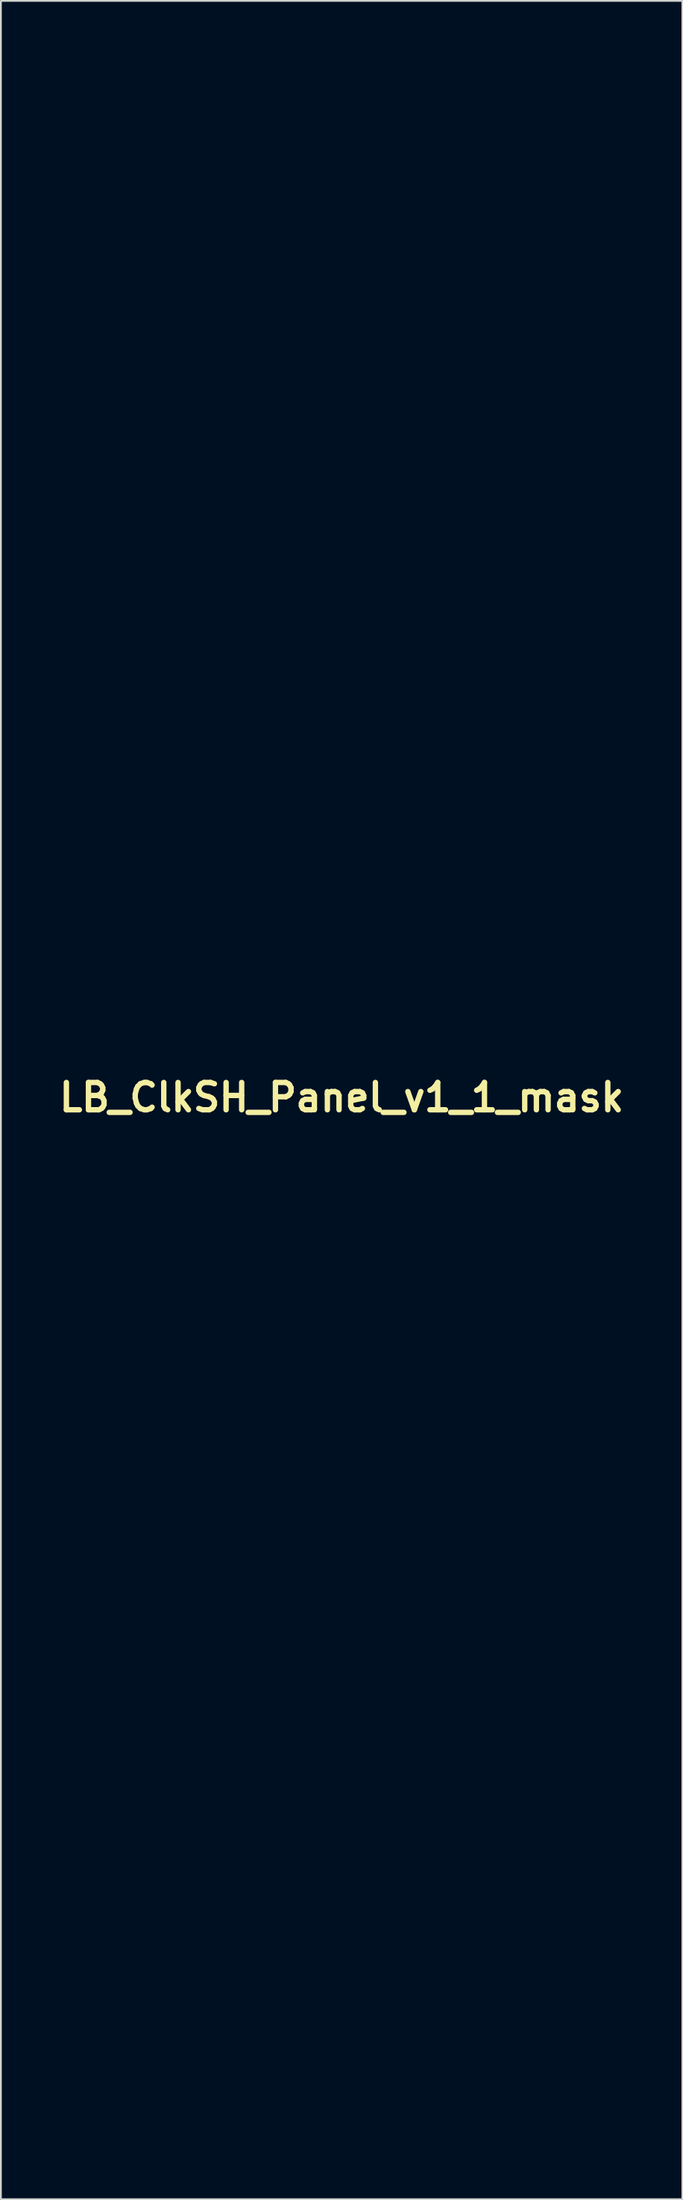
<source format=kicad_pcb>
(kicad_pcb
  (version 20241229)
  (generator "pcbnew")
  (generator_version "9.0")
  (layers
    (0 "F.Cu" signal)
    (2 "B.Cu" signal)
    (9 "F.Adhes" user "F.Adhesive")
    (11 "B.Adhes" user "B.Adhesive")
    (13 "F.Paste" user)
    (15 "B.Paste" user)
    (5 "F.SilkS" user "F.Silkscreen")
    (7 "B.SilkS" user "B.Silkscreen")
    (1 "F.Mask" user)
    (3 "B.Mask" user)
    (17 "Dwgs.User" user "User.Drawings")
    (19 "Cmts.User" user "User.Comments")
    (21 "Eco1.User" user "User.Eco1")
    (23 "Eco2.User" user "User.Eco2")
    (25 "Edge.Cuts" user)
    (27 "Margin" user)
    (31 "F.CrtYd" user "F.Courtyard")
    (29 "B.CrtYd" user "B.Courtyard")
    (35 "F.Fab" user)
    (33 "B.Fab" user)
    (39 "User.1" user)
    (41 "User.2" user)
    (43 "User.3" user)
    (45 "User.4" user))
  (footprint "LB_ClkSH_Panel_v1_1_mask"
    (layer "F.Cu")
    (at 16.046 58.217)
    (property "Reference" "LB_ClkSH_Panel_v1_1_mask" (at 0 0 0) (layer "F.SilkS") (effects (font (size 1.524 1.524) (thickness 0.3))))
    (attr through_hole)
    (fp_poly (pts (xy -0.677 -53.044) (xy -1.101 -53.044) (xy -1.101 -54.949) (xy -0.677 -54.949) (xy -0.677 -53.044)) (stroke (width 0.01) (type solid)) (fill yes) (layer "F.Mask"))
    (fp_poly (pts (xy -1.185 -22.479) (xy -0.423 -22.479) (xy -0.423 -22.14) (xy -1.609 -22.14) (xy -1.609 -24.045) (xy -1.185 -24.045) (xy -1.185 -22.479)) (stroke (width 0.01) (type solid)) (fill yes) (layer "F.Mask"))
    (fp_poly (pts (xy -0.677 2.54) (xy -1.185 2.54) (xy -1.185 4.106) (xy -1.609 4.106) (xy -1.609 2.54) (xy -2.117 2.54) (xy -2.117 2.201) (xy -0.677 2.201) (xy -0.677 2.54)) (stroke (width 0.01) (type solid)) (fill yes) (layer "F.Mask"))
    (fp_poly (pts (xy 1.609 26.585) (xy 1.101 26.585) (xy 1.101 28.152) (xy 0.677 28.152) (xy 0.677 26.585) (xy 0.169 26.585) (xy 0.169 26.247) (xy 1.609 26.247) (xy 1.609 26.585)) (stroke (width 0.01) (type solid)) (fill yes) (layer "F.Mask"))
    (fp_poly (pts (xy 0.889 -23.707) (xy 0.127 -23.707) (xy 0.127 -23.283) (xy 0.847 -23.283) (xy 0.847 -22.945) (xy 0.127 -22.945) (xy 0.127 -22.479) (xy 0.931 -22.479) (xy 0.931 -22.14) (xy -0.296 -22.14) (xy -0.296 -24.045) (xy 0.889 -24.045) (xy 0.889 -23.707)) (stroke (width 0.01) (type solid)) (fill yes) (layer "F.Mask"))
    (fp_poly (pts (xy 2.879 26.585) (xy 2.117 26.585) (xy 2.117 27.009) (xy 2.836 27.009) (xy 2.836 27.347) (xy 2.117 27.347) (xy 2.117 27.813) (xy 2.921 27.813) (xy 2.921 28.152) (xy 1.693 28.152) (xy 1.693 26.247) (xy 2.879 26.247) (xy 2.879 26.585)) (stroke (width 0.01) (type solid)) (fill yes) (layer "F.Mask"))
    (fp_poly (pts (xy -1.533 -19.458) (xy -1.352 -19.39) (xy -1.219 -19.252) (xy -1.149 -19.096) (xy -1.107 -18.864) (xy -1.119 -18.647) (xy -1.178 -18.458) (xy -1.275 -18.308) (xy -1.404 -18.209) (xy -1.558 -18.171) (xy -1.719 -18.202) (xy -1.857 -18.301) (xy -1.955 -18.455) (xy -2.011 -18.645) (xy -2.023 -18.853) (xy -1.989 -19.06) (xy -1.909 -19.244) (xy -1.814 -19.362) (xy -1.711 -19.441) (xy -1.617 -19.466) (xy -1.533 -19.458)) (stroke (width 0.01) (type solid)) (fill yes) (layer "F.Mask"))
    (fp_poly (pts (xy -3.011 54.725) (xy -2.827 54.822) (xy -2.693 54.942) (xy -2.621 55.034) (xy -2.595 55.123) (xy -2.617 55.229) (xy -2.69 55.371) (xy -2.749 55.467) (xy -2.908 55.663) (xy -3.086 55.787) (xy -3.274 55.836) (xy -3.463 55.805) (xy -3.511 55.784) (xy -3.638 55.677) (xy -3.729 55.513) (xy -3.773 55.318) (xy -3.775 55.269) (xy -3.739 55.046) (xy -3.639 54.871) (xy -3.482 54.751) (xy -3.277 54.697) (xy -3.219 54.695) (xy -3.011 54.725)) (stroke (width 0.01) (type solid)) (fill yes) (layer "F.Mask"))
    (fp_poly (pts (xy -2.597 10.43) (xy -2.54 10.469) (xy -2.546 10.515) (xy -2.625 10.553) (xy -2.659 10.568) (xy -2.683 10.599) (xy -2.698 10.661) (xy -2.706 10.768) (xy -2.709 10.934) (xy -2.709 11.13) (xy -2.709 11.355) (xy -2.705 11.51) (xy -2.697 11.606) (xy -2.682 11.659) (xy -2.657 11.68) (xy -2.625 11.684) (xy -2.556 11.71) (xy -2.54 11.748) (xy -2.568 11.792) (xy -2.661 11.81) (xy -2.709 11.811) (xy -2.879 11.811) (xy -2.879 10.414) (xy -2.709 10.414) (xy -2.597 10.43)) (stroke (width 0.01) (type solid)) (fill yes) (layer "F.Mask"))
    (fp_poly (pts (xy 3.006 11.811) (xy 2.836 11.811) (xy 2.719 11.801) (xy 2.67 11.766) (xy 2.667 11.748) (xy 2.702 11.696) (xy 2.752 11.684) (xy 2.786 11.679) (xy 2.81 11.656) (xy 2.824 11.602) (xy 2.832 11.502) (xy 2.836 11.344) (xy 2.836 11.13) (xy 2.836 10.903) (xy 2.832 10.748) (xy 2.823 10.649) (xy 2.807 10.592) (xy 2.782 10.565) (xy 2.752 10.553) (xy 2.673 10.514) (xy 2.667 10.468) (xy 2.725 10.43) (xy 2.836 10.414) (xy 3.006 10.414) (xy 3.006 11.811)) (stroke (width 0.01) (type solid)) (fill yes) (layer "F.Mask"))
    (fp_poly (pts (xy 0.745 -53.641) (xy 0.727 -54.295) (xy 0.709 -54.949) (xy 1.101 -54.949) (xy 1.101 -53.044) (xy 0.892 -53.044) (xy 0.815 -53.044) (xy 0.753 -53.051) (xy 0.7 -53.074) (xy 0.646 -53.123) (xy 0.587 -53.206) (xy 0.512 -53.332) (xy 0.417 -53.512) (xy 0.292 -53.753) (xy 0.233 -53.869) (xy 0.133 -54.063) (xy 0.048 -54.229) (xy -0.016 -54.351) (xy -0.051 -54.418) (xy -0.056 -54.426) (xy -0.058 -54.389) (xy -0.058 -54.281) (xy -0.057 -54.115) (xy -0.054 -53.907) (xy -0.051 -53.739) (xy -0.038 -53.044) (xy -0.423 -53.044) (xy -0.423 -54.949) (xy 0.068 -54.949) (xy 0.745 -53.641)) (stroke (width 0.01) (type solid)) (fill yes) (layer "F.Mask"))
    (fp_poly (pts (xy -0.223 10.422) (xy -0.153 10.431) (xy -0.098 10.453) (xy -0.047 10.502) (xy 0.012 10.591) (xy 0.09 10.733) (xy 0.154 10.856) (xy 0.374 11.277) (xy 0.35 10.846) (xy 0.326 10.414) (xy 0.593 10.414) (xy 0.593 11.642) (xy 0.454 11.642) (xy 0.393 11.638) (xy 0.343 11.619) (xy 0.295 11.571) (xy 0.238 11.482) (xy 0.161 11.339) (xy 0.089 11.197) (xy -0.00011 11.024) (xy -0.074 10.882) (xy -0.125 10.787) (xy -0.146 10.753) (xy -0.148 10.792) (xy -0.147 10.899) (xy -0.142 11.055) (xy -0.136 11.197) (xy -0.116 11.642) (xy -0.381 11.642) (xy -0.381 10.409) (xy -0.223 10.422)) (stroke (width 0.01) (type solid)) (fill yes) (layer "F.Mask"))
    (fp_poly (pts (xy 1.605 2.218) (xy 1.821 2.253) (xy 1.986 2.308) (xy 2.007 2.319) (xy 2.155 2.451) (xy 2.248 2.629) (xy 2.273 2.829) (xy 2.27 2.854) (xy 2.206 3.066) (xy 2.072 3.232) (xy 1.874 3.348) (xy 1.615 3.412) (xy 1.566 3.418) (xy 1.312 3.441) (xy 1.312 4.106) (xy 0.889 4.106) (xy 0.889 2.54) (xy 1.312 2.54) (xy 1.312 3.09) (xy 1.49 3.09) (xy 1.657 3.065) (xy 1.765 2.998) (xy 1.849 2.876) (xy 1.859 2.755) (xy 1.801 2.649) (xy 1.685 2.572) (xy 1.519 2.54) (xy 1.503 2.54) (xy 1.312 2.54) (xy 0.889 2.54) (xy 0.889 2.25) (xy 1.127 2.22) (xy 1.365 2.206) (xy 1.605 2.218)) (stroke (width 0.01) (type solid)) (fill yes) (layer "F.Mask"))
    (fp_poly (pts (xy 2.397 10.415) (xy 2.503 10.421) (xy 2.558 10.438) (xy 2.579 10.469) (xy 2.582 10.52) (xy 2.576 10.58) (xy 2.544 10.612) (xy 2.466 10.624) (xy 2.349 10.626) (xy 2.117 10.626) (xy 2.117 10.922) (xy 2.328 10.922) (xy 2.454 10.925) (xy 2.517 10.943) (xy 2.538 10.985) (xy 2.54 11.028) (xy 2.533 11.091) (xy 2.498 11.122) (xy 2.413 11.133) (xy 2.328 11.134) (xy 2.117 11.134) (xy 2.117 11.43) (xy 2.349 11.43) (xy 2.483 11.433) (xy 2.552 11.447) (xy 2.579 11.483) (xy 2.582 11.536) (xy 2.579 11.587) (xy 2.558 11.618) (xy 2.502 11.635) (xy 2.395 11.641) (xy 2.223 11.642) (xy 1.863 11.642) (xy 1.863 10.414) (xy 2.223 10.414) (xy 2.397 10.415)) (stroke (width 0.01) (type solid)) (fill yes) (layer "F.Mask"))
    (fp_poly (pts (xy 2.776 54.652) (xy 3.097 54.653) (xy 3.351 54.655) (xy 3.545 54.658) (xy 3.689 54.664) (xy 3.79 54.671) (xy 3.857 54.682) (xy 3.898 54.696) (xy 3.921 54.714) (xy 3.936 54.736) (xy 3.937 54.738) (xy 3.954 54.815) (xy 3.965 54.976) (xy 3.972 55.218) (xy 3.973 55.541) (xy 3.971 55.828) (xy 3.958 56.833) (xy 3.716 56.845) (xy 3.474 56.858) (xy 3.462 56.337) (xy 3.45 55.816) (xy 2.519 55.816) (xy 2.507 56.399) (xy 2.495 56.981) (xy 1.99 56.981) (xy 1.99 56.121) (xy 1.988 55.794) (xy 1.982 55.545) (xy 1.972 55.369) (xy 1.958 55.26) (xy 1.939 55.211) (xy 1.872 55.187) (xy 1.728 55.17) (xy 1.504 55.162) (xy 1.325 55.16) (xy 0.762 55.16) (xy 0.762 54.957) (xy 0.772 54.826) (xy 0.797 54.728) (xy 0.813 54.703) (xy 0.851 54.689) (xy 0.939 54.677) (xy 1.083 54.668) (xy 1.287 54.661) (xy 1.557 54.656) (xy 1.901 54.653) (xy 2.322 54.652) (xy 2.378 54.652) (xy 2.776 54.652)) (stroke (width 0.01) (type solid)) (fill yes) (layer "F.Mask"))
    (fp_poly (pts (xy 1.529 10.431) (xy 1.638 10.454) (xy 1.691 10.49) (xy 1.693 10.499) (xy 1.676 10.593) (xy 1.615 10.638) (xy 1.494 10.644) (xy 1.438 10.639) (xy 1.307 10.629) (xy 1.221 10.648) (xy 1.142 10.706) (xy 1.103 10.744) (xy 0.999 10.904) (xy 0.969 11.089) (xy 1 11.238) (xy 1.066 11.315) (xy 1.183 11.384) (xy 1.316 11.425) (xy 1.374 11.43) (xy 1.451 11.417) (xy 1.479 11.36) (xy 1.482 11.303) (xy 1.468 11.21) (xy 1.419 11.177) (xy 1.397 11.176) (xy 1.331 11.151) (xy 1.312 11.07) (xy 1.319 11.007) (xy 1.354 10.976) (xy 1.439 10.965) (xy 1.524 10.964) (xy 1.736 10.964) (xy 1.736 11.258) (xy 1.73 11.408) (xy 1.715 11.523) (xy 1.693 11.578) (xy 1.692 11.579) (xy 1.608 11.604) (xy 1.472 11.619) (xy 1.315 11.624) (xy 1.172 11.616) (xy 1.085 11.6) (xy 0.904 11.506) (xy 0.782 11.367) (xy 0.716 11.199) (xy 0.704 11.017) (xy 0.745 10.836) (xy 0.835 10.672) (xy 0.974 10.539) (xy 1.158 10.452) (xy 1.241 10.434) (xy 1.389 10.423) (xy 1.529 10.431)) (stroke (width 0.01) (type solid)) (fill yes) (layer "F.Mask"))
    (fp_poly (pts (xy 0.268 2.401) (xy 0.304 2.513) (xy 0.358 2.687) (xy 0.424 2.901) (xy 0.497 3.135) (xy 0.529 3.239) (xy 0.599 3.466) (xy 0.663 3.674) (xy 0.716 3.843) (xy 0.752 3.958) (xy 0.762 3.99) (xy 0.8 4.106) (xy 0.343 4.106) (xy 0.271 3.851) (xy 0.2 3.595) (xy -0.08 3.607) (xy -0.36 3.619) (xy -0.483 4.106) (xy -0.924 4.106) (xy -0.824 3.778) (xy -0.774 3.615) (xy -0.707 3.396) (xy -0.662 3.249) (xy -0.283 3.249) (xy -0.269 3.282) (xy -0.188 3.299) (xy -0.083 3.302) (xy 0.045 3.298) (xy 0.107 3.282) (xy 0.12 3.248) (xy 0.116 3.228) (xy 0.095 3.151) (xy 0.059 3.02) (xy 0.018 2.868) (xy -0.024 2.727) (xy -0.061 2.625) (xy -0.085 2.583) (xy -0.086 2.582) (xy -0.107 2.62) (xy -0.141 2.72) (xy -0.18 2.863) (xy -0.187 2.889) (xy -0.226 3.046) (xy -0.26 3.173) (xy -0.281 3.245) (xy -0.283 3.249) (xy -0.662 3.249) (xy -0.631 3.147) (xy -0.555 2.896) (xy -0.537 2.836) (xy -0.35 2.223) (xy -0.073 2.21) (xy 0.204 2.198) (xy 0.268 2.401)) (stroke (width 0.01) (type solid)) (fill yes) (layer "F.Mask"))
    (fp_poly (pts (xy -2.11 -24.071) (xy -1.979 -24.043) (xy -1.867 -23.998) (xy -1.825 -23.932) (xy -1.844 -23.823) (xy -1.859 -23.78) (xy -1.887 -23.721) (xy -1.928 -23.697) (xy -2.006 -23.701) (xy -2.116 -23.722) (xy -2.309 -23.74) (xy -2.454 -23.706) (xy -2.54 -23.626) (xy -2.561 -23.536) (xy -2.55 -23.477) (xy -2.505 -23.424) (xy -2.412 -23.364) (xy -2.257 -23.285) (xy -2.249 -23.281) (xy -2.028 -23.164) (xy -1.878 -23.054) (xy -1.787 -22.937) (xy -1.744 -22.801) (xy -1.736 -22.684) (xy -1.744 -22.542) (xy -1.78 -22.444) (xy -1.859 -22.347) (xy -1.875 -22.331) (xy -2.076 -22.188) (xy -2.324 -22.115) (xy -2.618 -22.113) (xy -2.83 -22.148) (xy -2.943 -22.178) (xy -2.993 -22.212) (xy -2.997 -22.271) (xy -2.989 -22.318) (xy -2.971 -22.428) (xy -2.963 -22.501) (xy -2.947 -22.53) (xy -2.886 -22.528) (xy -2.766 -22.496) (xy -2.545 -22.45) (xy -2.367 -22.453) (xy -2.24 -22.502) (xy -2.173 -22.595) (xy -2.167 -22.684) (xy -2.186 -22.746) (xy -2.235 -22.803) (xy -2.331 -22.867) (xy -2.488 -22.95) (xy -2.519 -22.966) (xy -2.695 -23.059) (xy -2.811 -23.136) (xy -2.886 -23.212) (xy -2.936 -23.296) (xy -2.991 -23.488) (xy -2.972 -23.666) (xy -2.889 -23.822) (xy -2.751 -23.948) (xy -2.569 -24.037) (xy -2.352 -24.081) (xy -2.11 -24.071)) (stroke (width 0.01) (type solid)) (fill yes) (layer "F.Mask"))
    (fp_poly (pts (xy 1.744 56.25) (xy 1.742 56.507) (xy 1.742 56.74) (xy 1.744 56.933) (xy 1.749 57.072) (xy 1.756 57.139) (xy 1.771 57.181) (xy 1.8 57.209) (xy 1.86 57.225) (xy 1.966 57.232) (xy 2.134 57.235) (xy 2.24 57.235) (xy 2.449 57.233) (xy 2.588 57.225) (xy 2.672 57.211) (xy 2.714 57.187) (xy 2.726 57.168) (xy 2.736 57.101) (xy 2.744 56.969) (xy 2.75 56.79) (xy 2.752 56.583) (xy 2.752 56.575) (xy 2.752 56.049) (xy 3.217 56.049) (xy 3.217 56.535) (xy 3.219 56.764) (xy 3.232 56.923) (xy 3.265 57.023) (xy 3.33 57.078) (xy 3.438 57.102) (xy 3.598 57.108) (xy 3.67 57.108) (xy 3.958 57.108) (xy 3.97 57.379) (xy 3.975 57.482) (xy 3.977 57.567) (xy 3.966 57.634) (xy 3.937 57.685) (xy 3.88 57.724) (xy 3.788 57.751) (xy 3.654 57.769) (xy 3.469 57.779) (xy 3.226 57.784) (xy 2.917 57.785) (xy 2.534 57.785) (xy 2.355 57.785) (xy 1.927 57.784) (xy 1.578 57.782) (xy 1.302 57.777) (xy 1.094 57.77) (xy 0.947 57.761) (xy 0.855 57.749) (xy 0.814 57.735) (xy 0.813 57.734) (xy 0.796 57.69) (xy 0.783 57.592) (xy 0.773 57.433) (xy 0.767 57.207) (xy 0.763 56.908) (xy 0.762 56.57) (xy 0.762 55.457) (xy 1.259 55.457) (xy 1.757 55.457) (xy 1.744 56.25)) (stroke (width 0.01) (type solid)) (fill yes) (layer "F.Mask"))
    (fp_poly (pts (xy 3.316 -24.038) (xy 3.375 -24.016) (xy 3.377 -23.992) (xy 3.362 -23.937) (xy 3.329 -23.813) (xy 3.282 -23.632) (xy 3.223 -23.406) (xy 3.158 -23.15) (xy 3.13 -23.04) (xy 2.9 -22.14) (xy 2.682 -22.14) (xy 2.537 -22.151) (xy 2.456 -22.179) (xy 2.445 -22.193) (xy 2.43 -22.252) (xy 2.403 -22.377) (xy 2.368 -22.554) (xy 2.326 -22.767) (xy 2.305 -22.878) (xy 2.185 -23.51) (xy 2.038 -22.825) (xy 1.891 -22.14) (xy 1.665 -22.14) (xy 1.539 -22.142) (xy 1.456 -22.147) (xy 1.436 -22.151) (xy 1.426 -22.193) (xy 1.399 -22.306) (xy 1.357 -22.478) (xy 1.304 -22.697) (xy 1.243 -22.951) (xy 1.209 -23.093) (xy 0.985 -24.024) (xy 1.196 -24.037) (xy 1.32 -24.042) (xy 1.402 -24.04) (xy 1.421 -24.036) (xy 1.433 -23.991) (xy 1.456 -23.877) (xy 1.489 -23.708) (xy 1.528 -23.498) (xy 1.559 -23.324) (xy 1.601 -23.099) (xy 1.639 -22.912) (xy 1.672 -22.774) (xy 1.696 -22.699) (xy 1.707 -22.691) (xy 1.723 -22.754) (xy 1.752 -22.883) (xy 1.789 -23.061) (xy 1.831 -23.27) (xy 1.842 -23.326) (xy 1.892 -23.587) (xy 1.93 -23.778) (xy 1.961 -23.907) (xy 1.992 -23.987) (xy 2.027 -24.029) (xy 2.074 -24.044) (xy 2.137 -24.043) (xy 2.214 -24.037) (xy 2.431 -24.024) (xy 2.505 -23.643) (xy 2.547 -23.422) (xy 2.592 -23.184) (xy 2.63 -22.975) (xy 2.636 -22.945) (xy 2.692 -22.627) (xy 2.788 -23.135) (xy 2.83 -23.355) (xy 2.871 -23.565) (xy 2.906 -23.74) (xy 2.927 -23.844) (xy 2.97 -24.045) (xy 3.183 -24.045) (xy 3.316 -24.038)) (stroke (width 0.01) (type solid)) (fill yes) (layer "F.Mask"))
    (fp_poly (pts (xy -0.113 26.446) (xy -0.077 26.558) (xy -0.023 26.732) (xy 0.043 26.946) (xy 0.116 27.18) (xy 0.148 27.284) (xy 0.218 27.512) (xy 0.282 27.719) (xy 0.335 27.889) (xy 0.371 28.004) (xy 0.381 28.035) (xy 0.419 28.152) (xy -0.038 28.152) (xy -0.11 27.896) (xy -0.181 27.64) (xy -0.461 27.652) (xy -0.741 27.665) (xy -0.802 27.908) (xy -0.864 28.152) (xy -1.732 28.152) (xy -1.798 27.932) (xy -1.834 27.798) (xy -1.858 27.693) (xy -1.863 27.655) (xy -1.899 27.565) (xy -1.989 27.476) (xy -2.104 27.41) (xy -2.199 27.39) (xy -2.328 27.39) (xy -2.328 28.152) (xy -2.752 28.152) (xy -2.752 27.093) (xy -2.332 27.093) (xy -2.148 27.093) (xy -1.976 27.069) (xy -1.871 27.007) (xy -1.79 26.89) (xy -1.784 26.772) (xy -1.845 26.67) (xy -1.964 26.597) (xy -2.128 26.568) (xy -2.307 26.564) (xy -2.32 26.829) (xy -2.332 27.093) (xy -2.752 27.093) (xy -2.752 26.295) (xy -2.513 26.265) (xy -2.281 26.251) (xy -2.042 26.259) (xy -1.823 26.289) (xy -1.649 26.338) (xy -1.594 26.364) (xy -1.466 26.481) (xy -1.391 26.638) (xy -1.371 26.812) (xy -1.407 26.98) (xy -1.499 27.12) (xy -1.564 27.17) (xy -1.684 27.244) (xy -1.586 27.357) (xy -1.52 27.462) (xy -1.455 27.611) (xy -1.42 27.716) (xy -1.37 27.89) (xy -1.337 27.997) (xy -1.315 28.051) (xy -1.3 28.065) (xy -1.29 28.059) (xy -1.273 28.014) (xy -1.234 27.901) (xy -1.179 27.73) (xy -1.111 27.514) (xy -1.044 27.294) (xy -0.664 27.294) (xy -0.65 27.327) (xy -0.569 27.344) (xy -0.464 27.347) (xy -0.336 27.344) (xy -0.274 27.328) (xy -0.261 27.293) (xy -0.265 27.273) (xy -0.286 27.196) (xy -0.322 27.066) (xy -0.363 26.913) (xy -0.405 26.772) (xy -0.442 26.67) (xy -0.466 26.628) (xy -0.467 26.628) (xy -0.488 26.666) (xy -0.522 26.766) (xy -0.561 26.908) (xy -0.568 26.935) (xy -0.607 27.091) (xy -0.641 27.218) (xy -0.662 27.291) (xy -0.664 27.294) (xy -1.044 27.294) (xy -1.034 27.264) (xy -1 27.153) (xy -0.731 26.268) (xy -0.454 26.255) (xy -0.177 26.243) (xy -0.113 26.446)) (stroke (width 0.01) (type solid)) (fill yes) (layer "F.Mask"))
    (fp_poly (pts (xy 4.657 54.153) (xy 4.657 58.257) (xy 4.533 58.381) (xy 4.409 58.505) (xy 0.305 58.505) (xy 0.042 58.205) (xy 0.043 56.228) (xy 0.043 55.766) (xy 0.043 55.382) (xy 0.044 55.237) (xy 0.557 55.237) (xy 0.557 55.53) (xy 0.558 55.894) (xy 0.56 56.242) (xy 0.572 57.931) (xy 0.677 57.985) (xy 0.749 58) (xy 0.892 58.012) (xy 1.096 58.022) (xy 1.349 58.029) (xy 1.64 58.033) (xy 1.957 58.035) (xy 2.288 58.035) (xy 2.624 58.032) (xy 2.952 58.027) (xy 3.261 58.02) (xy 3.539 58.011) (xy 3.776 58) (xy 3.96 57.987) (xy 4.08 57.973) (xy 4.121 57.96) (xy 4.139 57.938) (xy 4.153 57.901) (xy 4.165 57.841) (xy 4.174 57.748) (xy 4.18 57.617) (xy 4.185 57.437) (xy 4.188 57.203) (xy 4.19 56.905) (xy 4.191 56.537) (xy 4.191 56.227) (xy 4.191 55.803) (xy 4.19 55.455) (xy 4.187 55.175) (xy 4.184 54.956) (xy 4.178 54.79) (xy 4.171 54.669) (xy 4.161 54.584) (xy 4.149 54.527) (xy 4.133 54.492) (xy 4.121 54.476) (xy 4.099 54.456) (xy 4.066 54.44) (xy 4.015 54.428) (xy 3.937 54.418) (xy 3.824 54.41) (xy 3.668 54.405) (xy 3.461 54.402) (xy 3.195 54.4) (xy 2.862 54.399) (xy 2.454 54.398) (xy 2.371 54.398) (xy 1.948 54.399) (xy 1.602 54.399) (xy 1.325 54.401) (xy 1.108 54.404) (xy 0.943 54.409) (xy 0.823 54.416) (xy 0.739 54.426) (xy 0.683 54.438) (xy 0.648 54.453) (xy 0.624 54.472) (xy 0.62 54.476) (xy 0.602 54.502) (xy 0.588 54.542) (xy 0.576 54.605) (xy 0.568 54.698) (xy 0.562 54.828) (xy 0.558 55.005) (xy 0.557 55.237) (xy 0.044 55.237) (xy 0.045 55.067) (xy 0.047 54.814) (xy 0.051 54.615) (xy 0.057 54.462) (xy 0.064 54.349) (xy 0.074 54.267) (xy 0.086 54.209) (xy 0.102 54.167) (xy 0.12 54.134) (xy 0.125 54.126) (xy 0.16 54.073) (xy 0.195 54.029) (xy 0.237 53.993) (xy 0.294 53.964) (xy 0.373 53.941) (xy 0.482 53.924) (xy 0.627 53.911) (xy 0.817 53.903) (xy 1.059 53.897) (xy 1.36 53.894) (xy 1.727 53.893) (xy 2.169 53.892) (xy 2.38 53.892) (xy 4.357 53.89) (xy 4.657 54.153)) (stroke (width 0.01) (type solid)) (fill yes) (layer "F.Mask"))
    (fp_poly (pts (xy -0.81 10.422) (xy -0.804 10.426) (xy -0.793 10.47) (xy -0.761 10.58) (xy -0.714 10.741) (xy -0.656 10.938) (xy -0.635 11.007) (xy -0.574 11.214) (xy -0.522 11.392) (xy -0.485 11.525) (xy -0.467 11.599) (xy -0.466 11.607) (xy -0.502 11.631) (xy -0.589 11.642) (xy -0.678 11.628) (xy -0.732 11.57) (xy -0.762 11.493) (xy -0.799 11.401) (xy -0.85 11.358) (xy -0.944 11.346) (xy -0.996 11.345) (xy -1.112 11.35) (xy -1.171 11.376) (xy -1.199 11.443) (xy -1.21 11.495) (xy -1.238 11.645) (xy -1.515 11.633) (xy -1.793 11.62) (xy -1.859 11.409) (xy -1.907 11.281) (xy -1.955 11.214) (xy -2.022 11.187) (xy -2.043 11.184) (xy -2.109 11.18) (xy -2.143 11.202) (xy -2.157 11.27) (xy -2.159 11.402) (xy -2.159 11.406) (xy -2.161 11.54) (xy -2.175 11.61) (xy -2.211 11.637) (xy -2.282 11.642) (xy -2.287 11.642) (xy -2.415 11.642) (xy -2.404 11.038) (xy -2.399 10.795) (xy -2.159 10.795) (xy -2.155 10.905) (xy -2.131 10.953) (xy -2.069 10.96) (xy -2.026 10.956) (xy -1.917 10.925) (xy -1.846 10.869) (xy -1.825 10.772) (xy -1.875 10.691) (xy -1.985 10.64) (xy -2.026 10.634) (xy -2.11 10.63) (xy -2.148 10.658) (xy -2.159 10.738) (xy -2.159 10.795) (xy -2.399 10.795) (xy -2.392 10.435) (xy -2.081 10.435) (xy -1.917 10.438) (xy -1.813 10.45) (xy -1.744 10.48) (xy -1.686 10.534) (xy -1.668 10.554) (xy -1.583 10.702) (xy -1.58 10.845) (xy -1.662 10.979) (xy -1.668 10.985) (xy -1.733 11.061) (xy -1.736 11.11) (xy -1.714 11.134) (xy -1.671 11.201) (xy -1.625 11.317) (xy -1.604 11.39) (xy -1.569 11.509) (xy -1.537 11.585) (xy -1.524 11.599) (xy -1.504 11.561) (xy -1.465 11.456) (xy -1.414 11.297) (xy -1.354 11.101) (xy -1.345 11.07) (xy -1.094 11.07) (xy -1.074 11.117) (xy -1.018 11.132) (xy -0.969 11.134) (xy -0.88 11.125) (xy -0.857 11.09) (xy -0.864 11.065) (xy -0.89 10.983) (xy -0.925 10.858) (xy -0.94 10.8) (xy -0.989 10.604) (xy -1.044 10.816) (xy -1.083 10.975) (xy -1.094 11.07) (xy -1.345 11.07) (xy -1.329 11.017) (xy -1.161 10.435) (xy -0.983 10.422) (xy -0.873 10.418) (xy -0.81 10.422)) (stroke (width 0.01) (type solid)) (fill yes) (layer "F.Mask"))
    (fp_poly (pts (xy -1.791 53.983) (xy -1.66 54.09) (xy -1.545 54.22) (xy -1.519 54.258) (xy -1.484 54.316) (xy -1.459 54.375) (xy -1.441 54.447) (xy -1.429 54.544) (xy -1.422 54.682) (xy -1.419 54.872) (xy -1.418 55.127) (xy -1.418 55.266) (xy -1.419 55.555) (xy -1.421 55.773) (xy -1.426 55.932) (xy -1.435 56.046) (xy -1.45 56.128) (xy -1.472 56.191) (xy -1.502 56.247) (xy -1.519 56.274) (xy -1.62 56.401) (xy -1.751 56.521) (xy -1.791 56.55) (xy -1.962 56.663) (xy -2.875 56.671) (xy -3.155 56.672) (xy -3.412 56.669) (xy -3.634 56.662) (xy -3.806 56.653) (xy -3.911 56.642) (xy -3.928 56.638) (xy -4.085 56.557) (xy -4.239 56.421) (xy -4.368 56.257) (xy -4.446 56.089) (xy -4.446 56.088) (xy -4.465 55.965) (xy -4.477 55.768) (xy -4.483 55.507) (xy -4.481 55.19) (xy -4.48 55.161) (xy -4.48 55.137) (xy -3.969 55.137) (xy -3.959 55.449) (xy -3.876 55.72) (xy -3.721 55.947) (xy -3.689 55.98) (xy -3.483 56.132) (xy -3.265 56.202) (xy -3.041 56.188) (xy -2.814 56.091) (xy -2.704 56.001) (xy -2.586 55.873) (xy -2.522 55.788) (xy -2.381 55.579) (xy -2.294 55.719) (xy -2.207 55.841) (xy -2.114 55.947) (xy -2.107 55.954) (xy -2.007 56.048) (xy -1.934 55.925) (xy -1.861 55.801) (xy -2.262 55.423) (xy -2.162 55.21) (xy -2.08 55.058) (xy -1.983 54.915) (xy -1.939 54.861) (xy -1.863 54.769) (xy -1.839 54.701) (xy -1.857 54.624) (xy -1.864 54.606) (xy -1.93 54.479) (xy -1.996 54.433) (xy -2.077 54.464) (xy -2.157 54.535) (xy -2.257 54.649) (xy -2.338 54.762) (xy -2.354 54.79) (xy -2.401 54.871) (xy -2.431 54.906) (xy -2.431 54.906) (xy -2.462 54.875) (xy -2.527 54.793) (xy -2.6 54.694) (xy -2.763 54.501) (xy -2.928 54.38) (xy -3.113 54.323) (xy -3.243 54.314) (xy -3.474 54.352) (xy -3.668 54.462) (xy -3.819 54.638) (xy -3.922 54.874) (xy -3.969 55.137) (xy -4.48 55.137) (xy -4.475 54.892) (xy -4.468 54.693) (xy -4.459 54.55) (xy -4.446 54.448) (xy -4.425 54.373) (xy -4.396 54.311) (xy -4.356 54.247) (xy -4.353 54.242) (xy -4.245 54.111) (xy -4.115 53.996) (xy -4.077 53.97) (xy -4.023 53.938) (xy -3.969 53.913) (xy -3.903 53.895) (xy -3.813 53.883) (xy -3.687 53.875) (xy -3.514 53.871) (xy -3.282 53.87) (xy -2.978 53.869) (xy -2.939 53.869) (xy -1.962 53.869) (xy -1.791 53.983)) (stroke (width 0.01) (type solid)) (fill yes) (layer "F.Mask"))
    (fp_poly (pts (xy 0.415 -58.212) (xy 0.948 -58.211) (xy 1.47 -58.21) (xy 1.972 -58.207) (xy 2.449 -58.204) (xy 2.893 -58.201) (xy 3.298 -58.196) (xy 3.656 -58.191) (xy 3.961 -58.185) (xy 4.206 -58.178) (xy 4.384 -58.171) (xy 4.487 -58.162) (xy 4.51 -58.158) (xy 4.612 -58.082) (xy 4.681 -57.991) (xy 4.685 -57.974) (xy 4.689 -57.94) (xy 4.693 -57.886) (xy 4.697 -57.81) (xy 4.7 -57.711) (xy 4.704 -57.587) (xy 4.707 -57.436) (xy 4.71 -57.255) (xy 4.713 -57.043) (xy 4.715 -56.798) (xy 4.718 -56.518) (xy 4.72 -56.201) (xy 4.722 -55.845) (xy 4.724 -55.448) (xy 4.726 -55.008) (xy 4.728 -54.524) (xy 4.729 -53.993) (xy 4.731 -53.413) (xy 4.732 -52.783) (xy 4.734 -52.101) (xy 4.735 -51.364) (xy 4.736 -50.571) (xy 4.737 -49.72) (xy 4.737 -48.809) (xy 4.738 -47.835) (xy 4.739 -46.798) (xy 4.739 -45.695) (xy 4.74 -44.523) (xy 4.74 -43.282) (xy 4.741 -41.969) (xy 4.741 -40.583) (xy 4.741 -39.121) (xy 4.741 -37.581) (xy 4.741 -35.962) (xy 4.741 -34.262) (xy 4.741 -33.024) (xy 4.741 -31.205) (xy 4.741 -29.468) (xy 4.741 -27.813) (xy 4.741 -26.238) (xy 4.74 -24.742) (xy 4.74 -23.321) (xy 4.739 -21.976) (xy 4.739 -20.705) (xy 4.738 -19.505) (xy 4.737 -18.376) (xy 4.736 -17.315) (xy 4.735 -16.322) (xy 4.734 -15.393) (xy 4.733 -14.529) (xy 4.731 -13.727) (xy 4.73 -12.986) (xy 4.728 -12.304) (xy 4.726 -11.679) (xy 4.725 -11.11) (xy 4.723 -10.596) (xy 4.72 -10.134) (xy 4.718 -9.723) (xy 4.716 -9.362) (xy 4.713 -9.049) (xy 4.71 -8.782) (xy 4.707 -8.56) (xy 4.704 -8.38) (xy 4.701 -8.243) (xy 4.698 -8.145) (xy 4.694 -8.085) (xy 4.691 -8.063) (xy 4.675 -8.027) (xy 4.66 -7.994) (xy 4.641 -7.966) (xy 4.612 -7.941) (xy 4.57 -7.919) (xy 4.51 -7.9) (xy 4.425 -7.884) (xy 4.313 -7.871) (xy 4.168 -7.861) (xy 3.985 -7.852) (xy 3.76 -7.845) (xy 3.487 -7.84) (xy 3.162 -7.837) (xy 2.78 -7.835) (xy 2.337 -7.833) (xy 1.826 -7.833) (xy 1.245 -7.833) (xy 0.588 -7.833) (xy 0.013 -7.833) (xy -0.716 -7.834) (xy -1.365 -7.834) (xy -1.938 -7.836) (xy -2.44 -7.837) (xy -2.874 -7.839) (xy -3.245 -7.842) (xy -3.559 -7.846) (xy -3.818 -7.85) (xy -4.027 -7.855) (xy -4.192 -7.86) (xy -4.315 -7.867) (xy -4.402 -7.874) (xy -4.457 -7.882) (xy -4.483 -7.891) (xy -4.583 -7.973) (xy -4.64 -8.048) (xy -4.644 -8.098) (xy -4.648 -8.229) (xy -4.653 -8.44) (xy -4.656 -8.727) (xy -4.66 -9.087) (xy -4.664 -9.517) (xy -4.667 -10.015) (xy -4.67 -10.577) (xy -4.674 -11.201) (xy -4.677 -11.884) (xy -4.679 -12.624) (xy -4.681 -12.954) (xy -3.405 -12.954) (xy -3.394 -12.576) (xy -3.355 -12.252) (xy -3.283 -11.952) (xy -3.169 -11.647) (xy -3.016 -11.327) (xy -2.919 -11.147) (xy -2.819 -10.993) (xy -2.7 -10.842) (xy -2.546 -10.673) (xy -2.394 -10.518) (xy -2.197 -10.326) (xy -2.035 -10.182) (xy -1.885 -10.069) (xy -1.727 -9.972) (xy -1.587 -9.897) (xy -1.216 -9.723) (xy -0.874 -9.604) (xy -0.535 -9.532) (xy -0.17 -9.502) (xy 0.169 -9.503) (xy 0.592 -9.536) (xy 0.938 -9.601) (xy 0.972 -9.61) (xy 1.157 -9.672) (xy 1.377 -9.76) (xy 1.596 -9.859) (xy 1.671 -9.896) (xy 1.85 -9.994) (xy 2.005 -10.094) (xy 2.156 -10.213) (xy 2.325 -10.367) (xy 2.479 -10.518) (xy 2.67 -10.714) (xy 2.814 -10.877) (xy 2.927 -11.027) (xy 3.025 -11.186) (xy 3.101 -11.327) (xy 3.26 -11.663) (xy 3.372 -11.967) (xy 3.443 -12.267) (xy 3.48 -12.594) (xy 3.49 -12.954) (xy 3.479 -13.332) (xy 3.44 -13.656) (xy 3.367 -13.956) (xy 3.253 -14.261) (xy 3.101 -14.581) (xy 3.003 -14.761) (xy 2.903 -14.915) (xy 2.785 -15.066) (xy 2.631 -15.235) (xy 2.479 -15.39) (xy 2.282 -15.582) (xy 2.119 -15.726) (xy 1.969 -15.839) (xy 1.811 -15.937) (xy 1.669 -16.013) (xy 1.333 -16.172) (xy 1.03 -16.284) (xy 0.729 -16.355) (xy 0.402 -16.392) (xy 0.042 -16.402) (xy -0.335 -16.39) (xy -0.66 -16.352) (xy -0.96 -16.279) (xy -1.265 -16.165) (xy -1.585 -16.013) (xy -1.764 -15.915) (xy -1.919 -15.815) (xy -2.07 -15.696) (xy -2.239 -15.543) (xy -2.394 -15.39) (xy -2.586 -15.194) (xy -2.73 -15.031) (xy -2.843 -14.881) (xy -2.941 -14.722) (xy -3.016 -14.581) (xy -3.176 -14.245) (xy -3.287 -13.941) (xy -3.358 -13.641) (xy -3.395 -13.314) (xy -3.405 -12.954) (xy -4.681 -12.954) (xy -4.682 -13.416) (xy -4.685 -14.259) (xy -4.687 -15.149) (xy -4.689 -16.084) (xy -4.691 -17.061) (xy -4.693 -18.076) (xy -4.695 -18.851) (xy -2.488 -18.851) (xy -2.468 -18.568) (xy -2.382 -18.312) (xy -2.234 -18.095) (xy -2.03 -17.93) (xy -1.947 -17.887) (xy -1.75 -17.835) (xy -1.518 -17.831) (xy -1.286 -17.871) (xy -1.087 -17.95) (xy -1.046 -17.976) (xy -0.853 -18.159) (xy -0.726 -18.392) (xy -0.664 -18.677) (xy -0.657 -18.837) (xy -0.689 -19.144) (xy -0.782 -19.393) (xy -0.938 -19.588) (xy -1.159 -19.73) (xy -1.195 -19.746) (xy -1.286 -19.77) (xy -0.55 -19.77) (xy -0.548 -19.103) (xy -0.544 -18.785) (xy -0.53 -18.539) (xy -0.505 -18.351) (xy -0.466 -18.21) (xy -0.412 -18.101) (xy -0.361 -18.035) (xy -0.198 -17.914) (xy 0.011 -17.842) (xy 0.244 -17.822) (xy 0.477 -17.857) (xy 0.636 -17.919) (xy 0.753 -17.99) (xy 0.842 -18.071) (xy 0.907 -18.174) (xy 0.952 -18.311) (xy 0.982 -18.496) (xy 0.999 -18.74) (xy 1.008 -19.056) (xy 1.008 -19.061) (xy 1.022 -19.77) (xy 1.101 -19.77) (xy 1.101 -19.389) (xy 1.609 -19.389) (xy 1.609 -17.865) (xy 2.032 -17.865) (xy 2.032 -19.385) (xy 2.297 -19.397) (xy 2.561 -19.41) (xy 2.574 -19.59) (xy 2.587 -19.77) (xy 1.101 -19.77) (xy 1.022 -19.77) (xy 0.6 -19.77) (xy 0.586 -19.101) (xy 0.578 -18.833) (xy 0.568 -18.636) (xy 0.554 -18.497) (xy 0.535 -18.401) (xy 0.508 -18.336) (xy 0.5 -18.323) (xy 0.388 -18.217) (xy 0.253 -18.178) (xy 0.115 -18.205) (xy -0.002 -18.293) (xy -0.072 -18.415) (xy -0.092 -18.519) (xy -0.108 -18.689) (xy -0.12 -18.908) (xy -0.125 -19.158) (xy -0.125 -19.166) (xy -0.127 -19.77) (xy -0.55 -19.77) (xy -1.286 -19.77) (xy -1.456 -19.813) (xy -1.715 -19.803) (xy -1.958 -19.723) (xy -2.169 -19.58) (xy -2.336 -19.38) (xy -2.438 -19.15) (xy -2.488 -18.851) (xy -4.695 -18.851) (xy -4.695 -19.128) (xy -4.696 -20.077) (xy -4.403 -20.077) (xy -4.253 -20.218) (xy -4.127 -20.315) (xy -3.989 -20.388) (xy -3.946 -20.403) (xy -3.877 -20.41) (xy -3.73 -20.417) (xy -3.513 -20.424) (xy -3.234 -20.429) (xy -2.9 -20.434) (xy -2.519 -20.438) (xy -2.098 -20.441) (xy -1.644 -20.444) (xy -1.165 -20.446) (xy -0.669 -20.447) (xy -0.162 -20.448) (xy 0.347 -20.448) (xy 0.851 -20.447) (xy 1.343 -20.446) (xy 1.816 -20.443) (xy 2.261 -20.44) (xy 2.672 -20.437) (xy 3.041 -20.433) (xy 3.36 -20.428) (xy 3.622 -20.422) (xy 3.82 -20.415) (xy 3.946 -20.408) (xy 3.989 -20.403) (xy 4.119 -20.345) (xy 4.255 -20.253) (xy 4.296 -20.218) (xy 4.445 -20.077) (xy 4.424 -57.891) (xy -4.381 -57.891) (xy -4.403 -20.077) (xy -4.696 -20.077) (xy -4.697 -20.213) (xy -4.698 -21.328) (xy -4.699 -22.47) (xy -4.701 -23.637) (xy -4.702 -24.826) (xy -4.703 -26.034) (xy -4.703 -27.258) (xy -4.704 -28.495) (xy -4.704 -29.742) (xy -4.705 -30.997) (xy -4.705 -32.257) (xy -4.705 -33.518) (xy -4.705 -34.778) (xy -4.704 -36.034) (xy -4.704 -37.283) (xy -4.703 -38.522) (xy -4.702 -39.749) (xy -4.701 -40.961) (xy -4.7 -42.154) (xy -4.699 -43.326) (xy -4.698 -44.474) (xy -4.696 -45.595) (xy -4.695 -46.686) (xy -4.693 -47.745) (xy -4.691 -48.768) (xy -4.689 -49.753) (xy -4.687 -50.697) (xy -4.684 -51.597) (xy -4.682 -52.45) (xy -4.679 -53.253) (xy -4.676 -54.004) (xy -4.673 -54.699) (xy -4.67 -55.336) (xy -4.667 -55.911) (xy -4.663 -56.423) (xy -4.66 -56.868) (xy -4.656 -57.242) (xy -4.652 -57.545) (xy -4.648 -57.771) (xy -4.644 -57.92) (xy -4.64 -57.987) (xy -4.639 -57.991) (xy -4.558 -58.093) (xy -4.467 -58.158) (xy -4.407 -58.166) (xy -4.268 -58.174) (xy -4.059 -58.181) (xy -3.785 -58.188) (xy -3.455 -58.193) (xy -3.074 -58.198) (xy -2.65 -58.202) (xy -2.19 -58.206) (xy -1.701 -58.209) (xy -1.188 -58.211) (xy -0.661 -58.212) (xy -0.124 -58.212) (xy 0.415 -58.212)) (stroke (width 0.01) (type solid)) (fill yes) (layer "F.Mask"))
    (fp_poly (pts (xy 0.415 -6.947) (xy 0.948 -6.946) (xy 1.47 -6.944) (xy 1.972 -6.942) (xy 2.449 -6.939) (xy 2.893 -6.935) (xy 3.298 -6.93) (xy 3.656 -6.925) (xy 3.961 -6.919) (xy 4.206 -6.912) (xy 4.384 -6.905) (xy 4.487 -6.897) (xy 4.51 -6.892) (xy 4.612 -6.816) (xy 4.681 -6.725) (xy 4.685 -6.709) (xy 4.689 -6.676) (xy 4.692 -6.623) (xy 4.696 -6.55) (xy 4.699 -6.453) (xy 4.702 -6.332) (xy 4.705 -6.185) (xy 4.708 -6.01) (xy 4.71 -5.805) (xy 4.713 -5.568) (xy 4.715 -5.298) (xy 4.718 -4.993) (xy 4.72 -4.651) (xy 4.722 -4.271) (xy 4.724 -3.85) (xy 4.725 -3.386) (xy 4.727 -2.879) (xy 4.729 -2.326) (xy 4.73 -1.726) (xy 4.731 -1.076) (xy 4.733 -0.376) (xy 4.734 0.378) (xy 4.735 1.185) (xy 4.736 2.05) (xy 4.736 2.972) (xy 4.737 3.954) (xy 4.738 4.998) (xy 4.739 6.105) (xy 4.739 7.277) (xy 4.74 8.516) (xy 4.74 9.824) (xy 4.74 11.202) (xy 4.741 12.652) (xy 4.741 14.176) (xy 4.741 15.776) (xy 4.741 17.454) (xy 4.741 19.21) (xy 4.741 21.048) (xy 4.741 22.969) (xy 4.741 23.11) (xy 4.741 25.103) (xy 4.741 27.012) (xy 4.741 28.84) (xy 4.741 30.587) (xy 4.741 32.256) (xy 4.74 33.847) (xy 4.74 35.362) (xy 4.739 36.803) (xy 4.739 38.171) (xy 4.738 39.468) (xy 4.737 40.694) (xy 4.736 41.852) (xy 4.735 42.943) (xy 4.734 43.968) (xy 4.733 44.929) (xy 4.732 45.827) (xy 4.731 46.664) (xy 4.729 47.441) (xy 4.728 48.16) (xy 4.726 48.822) (xy 4.724 49.429) (xy 4.722 49.982) (xy 4.72 50.482) (xy 4.718 50.931) (xy 4.716 51.331) (xy 4.714 51.682) (xy 4.711 51.987) (xy 4.709 52.247) (xy 4.706 52.463) (xy 4.703 52.637) (xy 4.7 52.77) (xy 4.697 52.864) (xy 4.694 52.92) (xy 4.691 52.939) (xy 4.675 52.976) (xy 4.66 53.008) (xy 4.641 53.037) (xy 4.612 53.062) (xy 4.57 53.084) (xy 4.51 53.102) (xy 4.425 53.118) (xy 4.313 53.131) (xy 4.168 53.142) (xy 3.985 53.15) (xy 3.76 53.157) (xy 3.487 53.162) (xy 3.162 53.165) (xy 2.78 53.168) (xy 2.337 53.169) (xy 1.826 53.17) (xy 1.245 53.17) (xy 0.588 53.169) (xy 0.013 53.169) (xy -0.716 53.169) (xy -1.365 53.168) (xy -1.938 53.167) (xy -2.44 53.165) (xy -2.874 53.163) (xy -3.245 53.16) (xy -3.559 53.157) (xy -3.818 53.153) (xy -4.027 53.148) (xy -4.192 53.142) (xy -4.315 53.136) (xy -4.402 53.128) (xy -4.457 53.12) (xy -4.483 53.112) (xy -4.583 53.029) (xy -4.64 52.954) (xy -4.644 52.905) (xy -4.648 52.774) (xy -4.651 52.563) (xy -4.655 52.276) (xy -4.659 51.914) (xy -4.662 51.481) (xy -4.665 50.978) (xy -4.668 50.41) (xy -4.671 49.777) (xy -4.674 49.084) (xy -4.676 48.408) (xy -3.491 48.408) (xy -3.458 48.948) (xy -3.356 49.443) (xy -3.183 49.901) (xy -2.935 50.33) (xy -2.609 50.741) (xy -2.587 50.765) (xy -2.187 51.139) (xy -1.742 51.442) (xy -1.253 51.673) (xy -0.717 51.833) (xy -0.614 51.855) (xy -0.435 51.876) (xy -0.199 51.884) (xy 0.067 51.88) (xy 0.337 51.865) (xy 0.584 51.84) (xy 0.783 51.807) (xy 0.823 51.797) (xy 1.257 51.657) (xy 1.634 51.484) (xy 1.977 51.264) (xy 2.31 50.983) (xy 2.434 50.863) (xy 2.731 50.539) (xy 2.965 50.215) (xy 3.151 49.869) (xy 3.301 49.476) (xy 3.375 49.229) (xy 3.417 49.009) (xy 3.442 48.733) (xy 3.451 48.428) (xy 3.444 48.122) (xy 3.421 47.84) (xy 3.381 47.612) (xy 3.375 47.588) (xy 3.238 47.159) (xy 3.073 46.789) (xy 2.868 46.456) (xy 2.607 46.135) (xy 2.434 45.953) (xy 2.152 45.69) (xy 1.886 45.484) (xy 1.611 45.32) (xy 1.319 45.187) (xy 1.033 45.08) (xy 0.776 45.008) (xy 0.519 44.964) (xy 0.232 44.943) (xy -0.021 44.938) (xy -0.498 44.962) (xy -0.927 45.037) (xy -1.334 45.17) (xy -1.744 45.368) (xy -1.853 45.43) (xy -2.021 45.547) (xy -2.219 45.713) (xy -2.431 45.912) (xy -2.637 46.124) (xy -2.819 46.33) (xy -2.959 46.513) (xy -3 46.576) (xy -3.215 46.991) (xy -3.364 47.397) (xy -3.453 47.818) (xy -3.489 48.28) (xy -3.491 48.408) (xy -4.676 48.408) (xy -4.677 48.332) (xy -4.679 47.524) (xy -4.682 46.662) (xy -4.684 45.75) (xy -4.686 44.79) (xy -4.688 43.785) (xy -4.69 42.737) (xy -4.691 42.164) (xy -2.177 42.164) (xy -2.147 42.469) (xy -2.053 42.718) (xy -1.898 42.91) (xy -1.681 43.044) (xy -1.404 43.118) (xy -1.201 43.134) (xy -1.044 43.131) (xy -0.9 43.119) (xy -0.852 43.111) (xy -0.758 43.073) (xy -0.72 42.998) (xy -0.731 42.87) (xy -0.745 42.816) (xy -0.769 42.761) (xy -0.818 42.743) (xy -0.919 42.755) (xy -0.948 42.76) (xy -1.173 42.772) (xy -1.381 42.727) (xy -1.544 42.631) (xy -1.55 42.625) (xy -1.661 42.467) (xy -1.718 42.269) (xy -1.722 42.055) (xy -1.671 41.852) (xy -1.574 41.693) (xy -1.454 41.6) (xy -1.298 41.531) (xy -1.143 41.499) (xy -1.058 41.505) (xy -0.907 41.542) (xy -0.817 41.553) (xy -0.768 41.533) (xy -0.74 41.476) (xy -0.723 41.414) (xy -0.7 41.282) (xy -0.723 41.213) (xy -0.782 41.193) (xy -0.805 41.19) (xy -0.55 41.19) (xy -0.55 43.095) (xy 0.635 43.095) (xy 0.635 42.714) (xy -0.127 42.714) (xy -0.127 41.19) (xy 0.72 41.19) (xy 0.72 43.095) (xy 1.143 43.095) (xy 1.143 42.795) (xy 1.149 42.614) (xy 1.171 42.492) (xy 1.214 42.405) (xy 1.225 42.39) (xy 1.307 42.286) (xy 1.368 42.384) (xy 1.418 42.466) (xy 1.495 42.597) (xy 1.584 42.751) (xy 1.605 42.788) (xy 1.782 43.095) (xy 2.036 43.095) (xy 2.167 43.091) (xy 2.252 43.078) (xy 2.273 43.064) (xy 2.245 43.018) (xy 2.181 42.914) (xy 2.091 42.766) (xy 1.983 42.589) (xy 1.953 42.54) (xy 1.842 42.358) (xy 1.75 42.201) (xy 1.684 42.084) (xy 1.653 42.021) (xy 1.651 42.015) (xy 1.675 41.968) (xy 1.74 41.872) (xy 1.834 41.742) (xy 1.894 41.661) (xy 2.007 41.512) (xy 2.106 41.382) (xy 2.175 41.291) (xy 2.193 41.266) (xy 2.217 41.225) (xy 2.201 41.202) (xy 2.132 41.193) (xy 1.995 41.19) (xy 1.98 41.19) (xy 1.712 41.19) (xy 1.438 41.598) (xy 1.164 42.005) (xy 1.152 41.598) (xy 1.14 41.19) (xy 0.72 41.19) (xy -0.127 41.19) (xy -0.55 41.19) (xy -0.805 41.19) (xy -0.905 41.178) (xy -1.067 41.17) (xy -1.135 41.17) (xy -1.351 41.176) (xy -1.506 41.196) (xy -1.624 41.235) (xy -1.651 41.249) (xy -1.882 41.404) (xy -2.043 41.592) (xy -2.138 41.823) (xy -2.176 42.11) (xy -2.177 42.164) (xy -4.691 42.164) (xy -4.692 41.648) (xy -4.694 40.756) (xy -4.403 40.756) (xy -4.253 40.615) (xy -4.127 40.518) (xy -3.989 40.445) (xy -3.946 40.43) (xy -3.877 40.423) (xy -3.73 40.416) (xy -3.513 40.409) (xy -3.234 40.404) (xy -2.9 40.399) (xy -2.519 40.395) (xy -2.098 40.392) (xy -1.644 40.389) (xy -1.165 40.387) (xy -0.669 40.386) (xy -0.162 40.385) (xy 0.347 40.385) (xy 0.851 40.386) (xy 1.343 40.387) (xy 1.816 40.39) (xy 2.261 40.393) (xy 2.672 40.396) (xy 3.041 40.4) (xy 3.36 40.405) (xy 3.622 40.411) (xy 3.82 40.418) (xy 3.946 40.425) (xy 3.989 40.43) (xy 4.119 40.488) (xy 4.255 40.58) (xy 4.296 40.615) (xy 4.445 40.756) (xy 4.434 17.065) (xy 4.424 -6.625) (xy -4.381 -6.625) (xy -4.392 17.065) (xy -4.403 40.756) (xy -4.694 40.756) (xy -4.694 40.522) (xy -4.696 39.361) (xy -4.697 38.167) (xy -4.698 36.944) (xy -4.7 35.693) (xy -4.701 34.418) (xy -4.702 33.121) (xy -4.702 31.805) (xy -4.703 30.472) (xy -4.704 29.125) (xy -4.704 27.767) (xy -4.704 26.399) (xy -4.705 25.026) (xy -4.705 23.649) (xy -4.705 22.27) (xy -4.705 20.894) (xy -4.704 19.521) (xy -4.704 18.156) (xy -4.703 16.8) (xy -4.703 15.456) (xy -4.702 14.126) (xy -4.701 12.814) (xy -4.7 11.522) (xy -4.699 10.252) (xy -4.697 9.007) (xy -4.696 7.791) (xy -4.694 6.604) (xy -4.693 5.451) (xy -4.691 4.333) (xy -4.689 3.253) (xy -4.687 2.214) (xy -4.685 1.219) (xy -4.683 0.269) (xy -4.68 -0.632) (xy -4.678 -1.481) (xy -4.675 -2.277) (xy -4.672 -3.016) (xy -4.669 -3.696) (xy -4.666 -4.314) (xy -4.663 -4.868) (xy -4.66 -5.355) (xy -4.657 -5.772) (xy -4.653 -6.118) (xy -4.649 -6.388) (xy -4.646 -6.581) (xy -4.642 -6.694) (xy -4.639 -6.725) (xy -4.558 -6.828) (xy -4.467 -6.892) (xy -4.407 -6.901) (xy -4.268 -6.908) (xy -4.059 -6.916) (xy -3.785 -6.922) (xy -3.455 -6.928) (xy -3.074 -6.933) (xy -2.65 -6.937) (xy -2.19 -6.94) (xy -1.701 -6.943) (xy -1.188 -6.945) (xy -0.661 -6.946) (xy -0.124 -6.947) (xy 0.415 -6.947)) (stroke (width 0.01) (type solid)) (fill yes) (layer "F.Mask")))
  (gr_rect
    (start -3 -3)
    (end 35.091 119.727)
    (stroke (width 0.1) (type default))
    (fill no)
    (layer "Edge.Cuts")))
</source>
